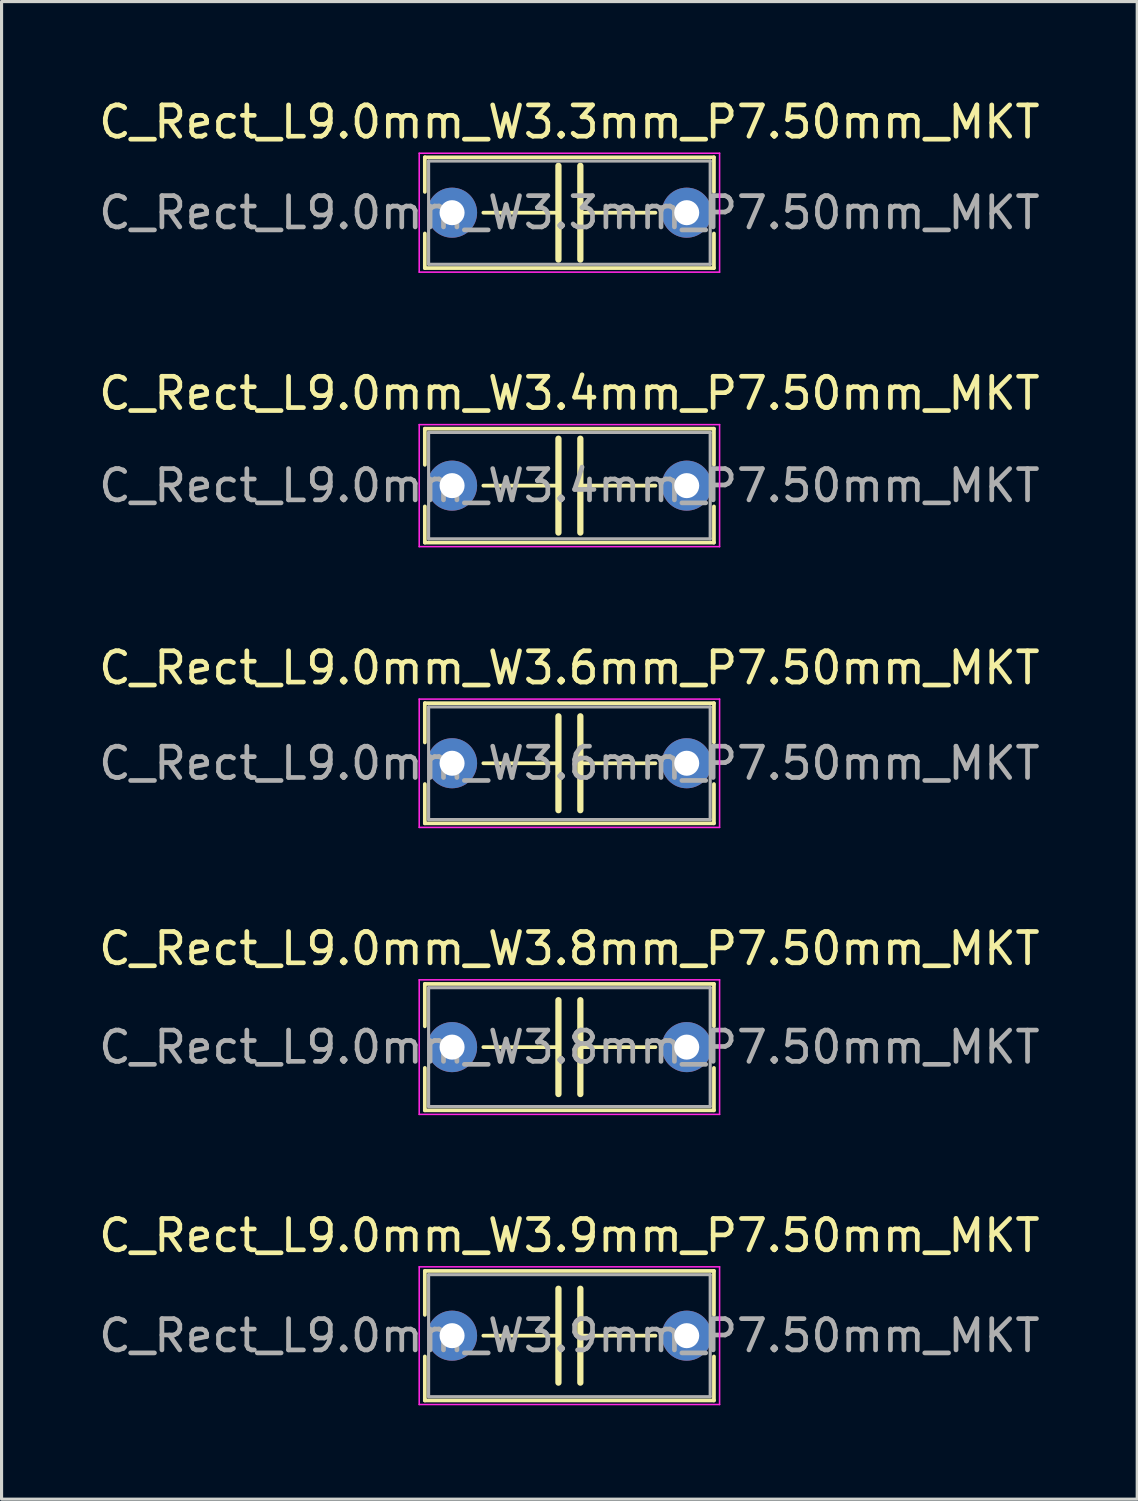
<source format=kicad_pcb>
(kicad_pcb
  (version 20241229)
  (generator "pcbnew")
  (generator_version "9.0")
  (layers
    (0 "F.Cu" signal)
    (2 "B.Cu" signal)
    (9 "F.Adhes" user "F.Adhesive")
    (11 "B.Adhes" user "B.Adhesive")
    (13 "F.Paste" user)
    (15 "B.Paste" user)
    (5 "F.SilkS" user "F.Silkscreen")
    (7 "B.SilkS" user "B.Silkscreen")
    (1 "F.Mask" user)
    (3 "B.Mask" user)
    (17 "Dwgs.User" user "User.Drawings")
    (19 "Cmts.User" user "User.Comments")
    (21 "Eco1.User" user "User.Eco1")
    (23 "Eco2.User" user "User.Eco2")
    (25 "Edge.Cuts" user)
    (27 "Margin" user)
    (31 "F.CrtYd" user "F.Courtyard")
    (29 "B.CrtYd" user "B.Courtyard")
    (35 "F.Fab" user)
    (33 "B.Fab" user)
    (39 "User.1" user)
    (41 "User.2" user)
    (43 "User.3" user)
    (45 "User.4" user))
  (footprint "C_Rect_L9.0mm_W3.8mm_P7.50mm_MKT"
    (layer "F.Cu")
    (at 11.399 30.418)
    (property "Reference" "C_Rect_L9.0mm_W3.8mm_P7.50mm_MKT" (at 3.75 -3.15 0) (layer "F.SilkS") (effects (font (size 1 1) (thickness 0.15))))
    (attr through_hole)
    (fp_line (start -0.87 -2.02) (end -0.87 -0.665) (stroke (width 0.12) (type solid)) (layer "F.SilkS"))
    (fp_line (start -0.87 -2.02) (end 8.37 -2.02) (stroke (width 0.12) (type solid)) (layer "F.SilkS"))
    (fp_line (start -0.87 0.665) (end -0.87 2.02) (stroke (width 0.12) (type solid)) (layer "F.SilkS"))
    (fp_line (start -0.87 2.02) (end 8.37 2.02) (stroke (width 0.12) (type solid)) (layer "F.SilkS"))
    (fp_line (start 1 0) (end 3.4 0) (stroke (width 0.12) (type solid)) (layer "F.SilkS"))
    (fp_line (start 3.4 -1.5) (end 3.4 1.5) (stroke (width 0.2) (type solid)) (layer "F.SilkS"))
    (fp_line (start 4.1 -1.5) (end 4.1 1.5) (stroke (width 0.2) (type solid)) (layer "F.SilkS"))
    (fp_line (start 4.1 0) (end 6.5 0) (stroke (width 0.12) (type solid)) (layer "F.SilkS"))
    (fp_line (start 8.37 -2.02) (end 8.37 -0.665) (stroke (width 0.12) (type solid)) (layer "F.SilkS"))
    (fp_line (start 8.37 0.665) (end 8.37 2.02) (stroke (width 0.12) (type solid)) (layer "F.SilkS"))
    (fp_line (start -1.05 -2.15) (end -1.05 2.15) (stroke (width 0.05) (type solid)) (layer "F.CrtYd"))
    (fp_line (start -1.05 2.15) (end 8.55 2.15) (stroke (width 0.05) (type solid)) (layer "F.CrtYd"))
    (fp_line (start 8.55 -2.15) (end -1.05 -2.15) (stroke (width 0.05) (type solid)) (layer "F.CrtYd"))
    (fp_line (start 8.55 2.15) (end 8.55 -2.15) (stroke (width 0.05) (type solid)) (layer "F.CrtYd"))
    (fp_line (start -0.75 -1.9) (end -0.75 1.9) (stroke (width 0.1) (type solid)) (layer "F.Fab"))
    (fp_line (start -0.75 1.9) (end 8.25 1.9) (stroke (width 0.1) (type solid)) (layer "F.Fab"))
    (fp_line (start 8.25 -1.9) (end -0.75 -1.9) (stroke (width 0.1) (type solid)) (layer "F.Fab"))
    (fp_line (start 8.25 1.9) (end 8.25 -1.9) (stroke (width 0.1) (type solid)) (layer "F.Fab"))
    (fp_text user "${REFERENCE}" (at 3.75 0 0) (layer "F.Fab") (effects (font (size 1 1) (thickness 0.15))))
    (pad "1" thru_hole circle (at 0 0) (size 1.6 1.6) (drill 0.8) (layers "*.Cu" "*.Mask"))
    (pad "2" thru_hole circle (at 7.5 0) (size 1.6 1.6) (drill 0.8) (layers "*.Cu" "*.Mask")))
  (footprint "C_Rect_L9.0mm_W3.9mm_P7.50mm_MKT"
    (layer "F.Cu")
    (at 11.399 39.641)
    (property "Reference" "C_Rect_L9.0mm_W3.9mm_P7.50mm_MKT" (at 3.75 -3.2 0) (layer "F.SilkS") (effects (font (size 1 1) (thickness 0.15))))
    (attr through_hole)
    (fp_line (start -0.87 -2.07) (end -0.87 -0.665) (stroke (width 0.12) (type solid)) (layer "F.SilkS"))
    (fp_line (start -0.87 -2.07) (end 8.37 -2.07) (stroke (width 0.12) (type solid)) (layer "F.SilkS"))
    (fp_line (start -0.87 0.665) (end -0.87 2.07) (stroke (width 0.12) (type solid)) (layer "F.SilkS"))
    (fp_line (start -0.87 2.07) (end 8.37 2.07) (stroke (width 0.12) (type solid)) (layer "F.SilkS"))
    (fp_line (start 1 0) (end 3.4 0) (stroke (width 0.12) (type solid)) (layer "F.SilkS"))
    (fp_line (start 3.4 -1.5) (end 3.4 1.5) (stroke (width 0.2) (type solid)) (layer "F.SilkS"))
    (fp_line (start 4.1 -1.5) (end 4.1 1.5) (stroke (width 0.2) (type solid)) (layer "F.SilkS"))
    (fp_line (start 4.1 0) (end 6.5 0) (stroke (width 0.12) (type solid)) (layer "F.SilkS"))
    (fp_line (start 8.37 -2.07) (end 8.37 -0.665) (stroke (width 0.12) (type solid)) (layer "F.SilkS"))
    (fp_line (start 8.37 0.665) (end 8.37 2.07) (stroke (width 0.12) (type solid)) (layer "F.SilkS"))
    (fp_line (start -1.05 -2.2) (end -1.05 2.2) (stroke (width 0.05) (type solid)) (layer "F.CrtYd"))
    (fp_line (start -1.05 2.2) (end 8.55 2.2) (stroke (width 0.05) (type solid)) (layer "F.CrtYd"))
    (fp_line (start 8.55 -2.2) (end -1.05 -2.2) (stroke (width 0.05) (type solid)) (layer "F.CrtYd"))
    (fp_line (start 8.55 2.2) (end 8.55 -2.2) (stroke (width 0.05) (type solid)) (layer "F.CrtYd"))
    (fp_line (start -0.75 -1.95) (end -0.75 1.95) (stroke (width 0.1) (type solid)) (layer "F.Fab"))
    (fp_line (start -0.75 1.95) (end 8.25 1.95) (stroke (width 0.1) (type solid)) (layer "F.Fab"))
    (fp_line (start 8.25 -1.95) (end -0.75 -1.95) (stroke (width 0.1) (type solid)) (layer "F.Fab"))
    (fp_line (start 8.25 1.95) (end 8.25 -1.95) (stroke (width 0.1) (type solid)) (layer "F.Fab"))
    (fp_text user "${REFERENCE}" (at 3.75 0 0) (layer "F.Fab") (effects (font (size 1 1) (thickness 0.15))))
    (pad "1" thru_hole circle (at 0 0) (size 1.6 1.6) (drill 0.8) (layers "*.Cu" "*.Mask"))
    (pad "2" thru_hole circle (at 7.5 0) (size 1.6 1.6) (drill 0.8) (layers "*.Cu" "*.Mask")))
  (footprint "C_Rect_L9.0mm_W3.3mm_P7.50mm_MKT"
    (layer "F.Cu")
    (at 11.399 3.748)
    (property "Reference" "C_Rect_L9.0mm_W3.3mm_P7.50mm_MKT" (at 3.75 -2.9 0) (layer "F.SilkS") (effects (font (size 1 1) (thickness 0.15))))
    (attr through_hole)
    (fp_line (start -0.87 -1.77) (end -0.87 -0.665) (stroke (width 0.12) (type solid)) (layer "F.SilkS"))
    (fp_line (start -0.87 -1.77) (end 8.37 -1.77) (stroke (width 0.12) (type solid)) (layer "F.SilkS"))
    (fp_line (start -0.87 0.665) (end -0.87 1.77) (stroke (width 0.12) (type solid)) (layer "F.SilkS"))
    (fp_line (start -0.87 1.77) (end 8.37 1.77) (stroke (width 0.12) (type solid)) (layer "F.SilkS"))
    (fp_line (start 1 0) (end 3.4 0) (stroke (width 0.12) (type solid)) (layer "F.SilkS"))
    (fp_line (start 3.4 -1.5) (end 3.4 1.5) (stroke (width 0.2) (type solid)) (layer "F.SilkS"))
    (fp_line (start 4.1 -1.5) (end 4.1 1.5) (stroke (width 0.2) (type solid)) (layer "F.SilkS"))
    (fp_line (start 4.1 0) (end 6.5 0) (stroke (width 0.12) (type solid)) (layer "F.SilkS"))
    (fp_line (start 8.37 -1.77) (end 8.37 -0.665) (stroke (width 0.12) (type solid)) (layer "F.SilkS"))
    (fp_line (start 8.37 0.665) (end 8.37 1.77) (stroke (width 0.12) (type solid)) (layer "F.SilkS"))
    (fp_line (start -1.05 -1.9) (end -1.05 1.9) (stroke (width 0.05) (type solid)) (layer "F.CrtYd"))
    (fp_line (start -1.05 1.9) (end 8.55 1.9) (stroke (width 0.05) (type solid)) (layer "F.CrtYd"))
    (fp_line (start 8.55 -1.9) (end -1.05 -1.9) (stroke (width 0.05) (type solid)) (layer "F.CrtYd"))
    (fp_line (start 8.55 1.9) (end 8.55 -1.9) (stroke (width 0.05) (type solid)) (layer "F.CrtYd"))
    (fp_line (start -0.75 -1.65) (end -0.75 1.65) (stroke (width 0.1) (type solid)) (layer "F.Fab"))
    (fp_line (start -0.75 1.65) (end 8.25 1.65) (stroke (width 0.1) (type solid)) (layer "F.Fab"))
    (fp_line (start 8.25 -1.65) (end -0.75 -1.65) (stroke (width 0.1) (type solid)) (layer "F.Fab"))
    (fp_line (start 8.25 1.65) (end 8.25 -1.65) (stroke (width 0.1) (type solid)) (layer "F.Fab"))
    (fp_text user "${REFERENCE}" (at 3.75 0 0) (layer "F.Fab") (effects (font (size 1 1) (thickness 0.15))))
    (pad "1" thru_hole circle (at 0 0) (size 1.6 1.6) (drill 0.8) (layers "*.Cu" "*.Mask"))
    (pad "2" thru_hole circle (at 7.5 0) (size 1.6 1.6) (drill 0.8) (layers "*.Cu" "*.Mask")))
  (footprint "C_Rect_L9.0mm_W3.4mm_P7.50mm_MKT"
    (layer "F.Cu")
    (at 11.399 12.472)
    (property "Reference" "C_Rect_L9.0mm_W3.4mm_P7.50mm_MKT" (at 3.75 -2.95 0) (layer "F.SilkS") (effects (font (size 1 1) (thickness 0.15))))
    (attr through_hole)
    (fp_line (start -0.87 -1.82) (end -0.87 -0.665) (stroke (width 0.12) (type solid)) (layer "F.SilkS"))
    (fp_line (start -0.87 -1.82) (end 8.37 -1.82) (stroke (width 0.12) (type solid)) (layer "F.SilkS"))
    (fp_line (start -0.87 0.665) (end -0.87 1.82) (stroke (width 0.12) (type solid)) (layer "F.SilkS"))
    (fp_line (start -0.87 1.82) (end 8.37 1.82) (stroke (width 0.12) (type solid)) (layer "F.SilkS"))
    (fp_line (start 1 0) (end 3.4 0) (stroke (width 0.12) (type solid)) (layer "F.SilkS"))
    (fp_line (start 3.4 -1.5) (end 3.4 1.5) (stroke (width 0.2) (type solid)) (layer "F.SilkS"))
    (fp_line (start 4.1 -1.5) (end 4.1 1.5) (stroke (width 0.2) (type solid)) (layer "F.SilkS"))
    (fp_line (start 4.1 0) (end 6.5 0) (stroke (width 0.12) (type solid)) (layer "F.SilkS"))
    (fp_line (start 8.37 -1.82) (end 8.37 -0.665) (stroke (width 0.12) (type solid)) (layer "F.SilkS"))
    (fp_line (start 8.37 0.665) (end 8.37 1.82) (stroke (width 0.12) (type solid)) (layer "F.SilkS"))
    (fp_line (start -1.05 -1.95) (end -1.05 1.95) (stroke (width 0.05) (type solid)) (layer "F.CrtYd"))
    (fp_line (start -1.05 1.95) (end 8.55 1.95) (stroke (width 0.05) (type solid)) (layer "F.CrtYd"))
    (fp_line (start 8.55 -1.95) (end -1.05 -1.95) (stroke (width 0.05) (type solid)) (layer "F.CrtYd"))
    (fp_line (start 8.55 1.95) (end 8.55 -1.95) (stroke (width 0.05) (type solid)) (layer "F.CrtYd"))
    (fp_line (start -0.75 -1.7) (end -0.75 1.7) (stroke (width 0.1) (type solid)) (layer "F.Fab"))
    (fp_line (start -0.75 1.7) (end 8.25 1.7) (stroke (width 0.1) (type solid)) (layer "F.Fab"))
    (fp_line (start 8.25 -1.7) (end -0.75 -1.7) (stroke (width 0.1) (type solid)) (layer "F.Fab"))
    (fp_line (start 8.25 1.7) (end 8.25 -1.7) (stroke (width 0.1) (type solid)) (layer "F.Fab"))
    (fp_text user "${REFERENCE}" (at 3.75 0 0) (layer "F.Fab") (effects (font (size 1 1) (thickness 0.15))))
    (pad "1" thru_hole circle (at 0 0) (size 1.6 1.6) (drill 0.8) (layers "*.Cu" "*.Mask"))
    (pad "2" thru_hole circle (at 7.5 0) (size 1.6 1.6) (drill 0.8) (layers "*.Cu" "*.Mask")))
  (footprint "C_Rect_L9.0mm_W3.6mm_P7.50mm_MKT"
    (layer "F.Cu")
    (at 11.399 21.345)
    (property "Reference" "C_Rect_L9.0mm_W3.6mm_P7.50mm_MKT" (at 3.75 -3.05 0) (layer "F.SilkS") (effects (font (size 1 1) (thickness 0.15))))
    (attr through_hole)
    (fp_line (start -0.87 -1.92) (end -0.87 -0.665) (stroke (width 0.12) (type solid)) (layer "F.SilkS"))
    (fp_line (start -0.87 -1.92) (end 8.37 -1.92) (stroke (width 0.12) (type solid)) (layer "F.SilkS"))
    (fp_line (start -0.87 0.665) (end -0.87 1.92) (stroke (width 0.12) (type solid)) (layer "F.SilkS"))
    (fp_line (start -0.87 1.92) (end 8.37 1.92) (stroke (width 0.12) (type solid)) (layer "F.SilkS"))
    (fp_line (start 1 0) (end 3.4 0) (stroke (width 0.12) (type solid)) (layer "F.SilkS"))
    (fp_line (start 3.4 -1.5) (end 3.4 1.5) (stroke (width 0.2) (type solid)) (layer "F.SilkS"))
    (fp_line (start 4.1 -1.5) (end 4.1 1.5) (stroke (width 0.2) (type solid)) (layer "F.SilkS"))
    (fp_line (start 4.1 0) (end 6.5 0) (stroke (width 0.12) (type solid)) (layer "F.SilkS"))
    (fp_line (start 8.37 -1.92) (end 8.37 -0.665) (stroke (width 0.12) (type solid)) (layer "F.SilkS"))
    (fp_line (start 8.37 0.665) (end 8.37 1.92) (stroke (width 0.12) (type solid)) (layer "F.SilkS"))
    (fp_line (start -1.05 -2.05) (end -1.05 2.05) (stroke (width 0.05) (type solid)) (layer "F.CrtYd"))
    (fp_line (start -1.05 2.05) (end 8.55 2.05) (stroke (width 0.05) (type solid)) (layer "F.CrtYd"))
    (fp_line (start 8.55 -2.05) (end -1.05 -2.05) (stroke (width 0.05) (type solid)) (layer "F.CrtYd"))
    (fp_line (start 8.55 2.05) (end 8.55 -2.05) (stroke (width 0.05) (type solid)) (layer "F.CrtYd"))
    (fp_line (start -0.75 -1.8) (end -0.75 1.8) (stroke (width 0.1) (type solid)) (layer "F.Fab"))
    (fp_line (start -0.75 1.8) (end 8.25 1.8) (stroke (width 0.1) (type solid)) (layer "F.Fab"))
    (fp_line (start 8.25 -1.8) (end -0.75 -1.8) (stroke (width 0.1) (type solid)) (layer "F.Fab"))
    (fp_line (start 8.25 1.8) (end 8.25 -1.8) (stroke (width 0.1) (type solid)) (layer "F.Fab"))
    (fp_text user "${REFERENCE}" (at 3.75 0 0) (layer "F.Fab") (effects (font (size 1 1) (thickness 0.15))))
    (pad "1" thru_hole circle (at 0 0) (size 1.6 1.6) (drill 0.8) (layers "*.Cu" "*.Mask"))
    (pad "2" thru_hole circle (at 7.5 0) (size 1.6 1.6) (drill 0.8) (layers "*.Cu" "*.Mask")))
  (gr_rect
    (start -3 -3)
    (end 33.298 44.866)
    (stroke (width 0.1) (type default))
    (fill no)
    (layer "Edge.Cuts")))
</source>
